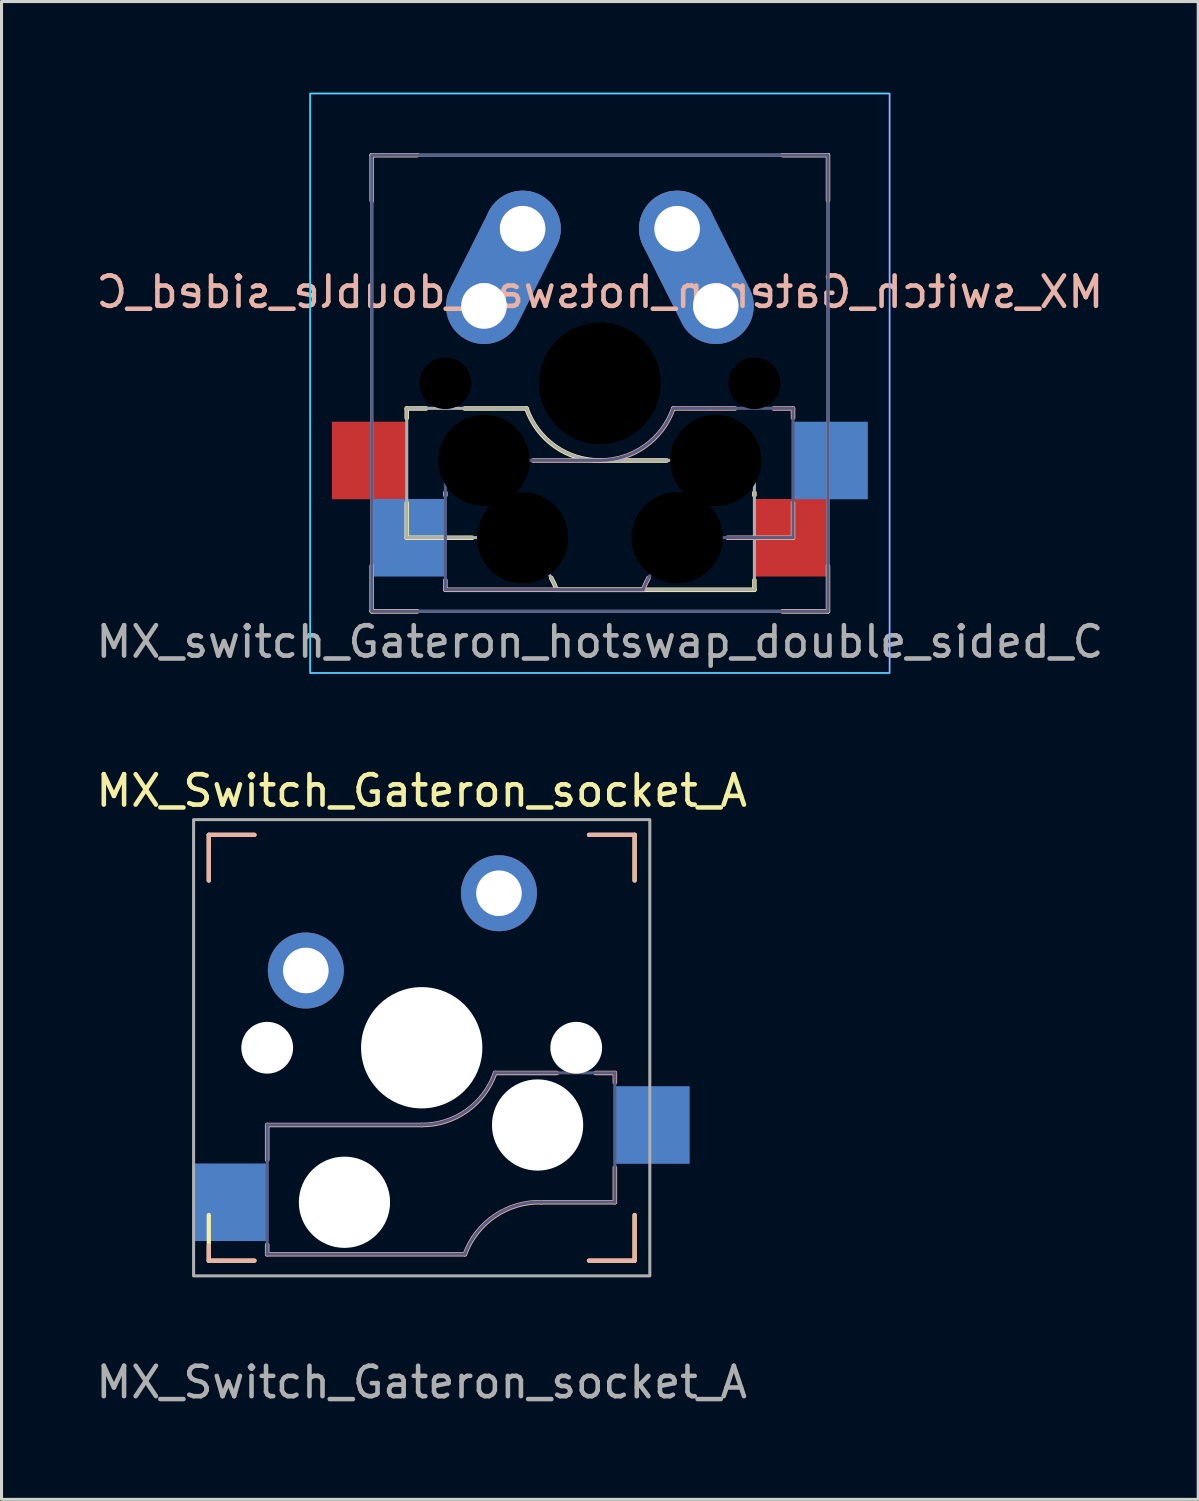
<source format=kicad_pcb>
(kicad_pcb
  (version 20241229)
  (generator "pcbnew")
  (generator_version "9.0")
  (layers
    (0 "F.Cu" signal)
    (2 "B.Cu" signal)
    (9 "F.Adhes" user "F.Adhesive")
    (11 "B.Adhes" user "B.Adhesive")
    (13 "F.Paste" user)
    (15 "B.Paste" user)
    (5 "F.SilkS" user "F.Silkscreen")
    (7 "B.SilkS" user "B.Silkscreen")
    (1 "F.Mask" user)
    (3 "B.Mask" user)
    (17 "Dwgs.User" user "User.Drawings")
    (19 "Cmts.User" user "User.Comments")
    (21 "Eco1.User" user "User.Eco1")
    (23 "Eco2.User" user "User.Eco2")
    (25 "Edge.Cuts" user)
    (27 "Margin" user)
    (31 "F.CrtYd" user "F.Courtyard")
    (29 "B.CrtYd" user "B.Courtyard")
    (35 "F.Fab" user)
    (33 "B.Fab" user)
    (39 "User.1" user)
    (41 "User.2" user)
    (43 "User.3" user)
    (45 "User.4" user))
  (footprint "MX_Switch_Gateron_socket_A"
    (layer "F.Cu")
    (at 10.815 31.398)
    (property "Reference" "MX_Switch_Gateron_socket_A" (at 0 -8.45 0) (unlocked yes) (layer "F.SilkS") (effects (font (size 1 1) (thickness 0.15))))
    (fp_line (start -7 -7) (end -7 -5.5) (stroke (width 0.14) (type solid)) (layer "F.SilkS"))
    (fp_line (start -7 -7) (end -5.5 -7) (stroke (width 0.14) (type solid)) (layer "F.SilkS"))
    (fp_line (start -7 7) (end -7 5.5) (stroke (width 0.14) (type solid)) (layer "F.SilkS"))
    (fp_line (start -7 7) (end -5.5 7) (stroke (width 0.14) (type solid)) (layer "F.SilkS"))
    (fp_line (start 7 -7) (end 5.5 -7) (stroke (width 0.14) (type solid)) (layer "F.SilkS"))
    (fp_line (start 7 -7) (end 7 -5.5) (stroke (width 0.14) (type solid)) (layer "F.SilkS"))
    (fp_line (start 7 7) (end 5.5 7) (stroke (width 0.14) (type solid)) (layer "F.SilkS"))
    (fp_line (start 7 7) (end 7 5.5) (stroke (width 0.14) (type solid)) (layer "F.SilkS"))
    (fp_line (start -7 -7) (end -7 -5.5) (stroke (width 0.14) (type solid)) (layer "B.SilkS"))
    (fp_line (start -7 -7) (end -5.5 -7) (stroke (width 0.14) (type solid)) (layer "B.SilkS"))
    (fp_line (start -7 7) (end -7 6.5) (stroke (width 0.14) (type solid)) (layer "B.SilkS"))
    (fp_line (start -7 7) (end -5.5 7) (stroke (width 0.14) (type solid)) (layer "B.SilkS"))
    (fp_line (start -5.08 2.54) (end -5.08 3.683) (stroke (width 0.15) (type solid)) (layer "B.SilkS"))
    (fp_line (start -5.08 2.54) (end 0 2.54) (stroke (width 0.15) (type solid)) (layer "B.SilkS"))
    (fp_line (start -5.08 6.477) (end -5.08 6.79) (stroke (width 0.15) (type solid)) (layer "B.SilkS"))
    (fp_line (start -5.08 6.79) (end 1.421 6.79) (stroke (width 0.15) (type solid)) (layer "B.SilkS"))
    (fp_line (start 4.445 0.83) (end 2.413 0.83) (stroke (width 0.15) (type solid)) (layer "B.SilkS"))
    (fp_line (start 6.35 0.83) (end 5.715 0.83) (stroke (width 0.15) (type solid)) (layer "B.SilkS"))
    (fp_line (start 6.35 0.83) (end 6.35 1.143) (stroke (width 0.15) (type solid)) (layer "B.SilkS"))
    (fp_line (start 6.35 3.937) (end 6.35 5.08) (stroke (width 0.15) (type solid)) (layer "B.SilkS"))
    (fp_line (start 6.35 5.08) (end 3.937 5.08) (stroke (width 0.15) (type solid)) (layer "B.SilkS"))
    (fp_line (start 7 -7) (end 5.5 -7) (stroke (width 0.14) (type solid)) (layer "B.SilkS"))
    (fp_line (start 7 -7) (end 7 -5.5) (stroke (width 0.14) (type solid)) (layer "B.SilkS"))
    (fp_line (start 7 7) (end 5.5 7) (stroke (width 0.14) (type solid)) (layer "B.SilkS"))
    (fp_line (start 7 7) (end 7 5.5) (stroke (width 0.14) (type solid)) (layer "B.SilkS"))
    (fp_arc (start 1.420812 6.79) (mid 2.403572 5.529859) (end 3.937 5.08) (stroke (width 0.15) (type solid)) (layer "B.SilkS"))
    (fp_arc (start 2.413 0.83) (mid 1.480188 2.071204) (end 0 2.54) (stroke (width 0.15) (type solid)) (layer "B.SilkS"))
    (fp_line (start -5.08 2.535) (end -5.08 6.785) (stroke (width 0.1) (type solid)) (layer "B.Fab"))
    (fp_line (start -5.08 2.535) (end 0 2.535) (stroke (width 0.1) (type solid)) (layer "B.Fab"))
    (fp_line (start -5.08 6.785) (end 1.421 6.785) (stroke (width 0.1) (type solid)) (layer "B.Fab"))
    (fp_line (start 6.35 0.825) (end 2.413 0.825) (stroke (width 0.1) (type solid)) (layer "B.Fab"))
    (fp_line (start 6.35 0.825) (end 6.35 5.075) (stroke (width 0.1) (type solid)) (layer "B.Fab"))
    (fp_line (start 6.35 5.075) (end 3.937 5.075) (stroke (width 0.1) (type solid)) (layer "B.Fab"))
    (fp_arc (start 1.420812 6.785) (mid 2.403572 5.524859) (end 3.937 5.075) (stroke (width 0.1) (type solid)) (layer "B.Fab"))
    (fp_arc (start 2.413 0.825) (mid 1.480188 2.066204) (end 0 2.535) (stroke (width 0.1) (type solid)) (layer "B.Fab"))
    (fp_rect (start -7.5 -7.5) (end 7.5 7.5) (stroke (width 0.1) (type solid)) (fill no) (layer "F.Fab"))
    (fp_text user "${REFERENCE}" (at 0 11 0) (unlocked yes) (layer "F.Fab") (effects (font (size 1 1) (thickness 0.15))))
    (pad "" np_thru_hole circle (at -5.08 0) (size 1.702 1.702) (drill 1.702) (layers "*.Cu" "*.Mask"))
    (pad "" np_thru_hole circle (at -2.54 5.08) (size 3 3) (drill 3) (layers "*.Cu" "*.Mask"))
    (pad "" np_thru_hole circle (at 0 0) (size 3.988 3.988) (drill 3.988) (layers "*.Cu" "*.Mask"))
    (pad "" np_thru_hole circle (at 3.81 2.54) (size 3 3) (drill 3) (layers "*.Cu" "*.Mask"))
    (pad "" np_thru_hole circle (at 5.08 0) (size 1.702 1.702) (drill 1.702) (layers "*.Cu" "*.Mask"))
    (pad "1" smd rect (at -6.29 5.08) (size 2.5 2.55) (layers "B.Cu" "B.Mask" "B.Paste"))
    (pad "1" thru_hole circle (at -3.81 -2.54) (size 2.499 2.499) (drill 1.499) (layers "*.Cu" "*.Mask"))
    (pad "2" thru_hole circle (at 2.54 -5.08) (size 2.499 2.499) (drill 1.499) (layers "*.Cu" "*.Mask"))
    (pad "2" smd rect (at 7.56 2.54) (size 2.5 2.55) (layers "B.Cu" "B.Mask" "B.Paste")))
  (footprint "MX_switch_Gateron_hotswap_double_sided_C"
    (layer "F.Cu")
    (at 16.673 9.55)
    (property "Reference" "MX_switch_Gateron_hotswap_double_sided_C" (at 0 -3 0) (unlocked yes) (layer "B.SilkS") (effects (font (size 1 1) (thickness 0.15)) (justify mirror)))
    (fp_line (start -7.5 -7.5) (end -7.5 -6) (stroke (width 0.14) (type solid)) (layer "F.SilkS"))
    (fp_line (start -7.5 -7.5) (end -6 -7.5) (stroke (width 0.14) (type solid)) (layer "F.SilkS"))
    (fp_line (start -7.5 7.5) (end -7.5 6) (stroke (width 0.14) (type solid)) (layer "F.SilkS"))
    (fp_line (start -7.5 7.5) (end -6 7.5) (stroke (width 0.14) (type solid)) (layer "F.SilkS"))
    (fp_line (start -6.35 0.83) (end -6.35 1.143) (stroke (width 0.15) (type solid)) (layer "F.SilkS"))
    (fp_line (start -6.35 0.83) (end -5.715 0.83) (stroke (width 0.15) (type solid)) (layer "F.SilkS"))
    (fp_line (start -6.35 3.937) (end -6.35 5.08) (stroke (width 0.15) (type solid)) (layer "F.SilkS"))
    (fp_line (start -6.35 5.08) (end -4.2 5.08) (stroke (width 0.15) (type solid)) (layer "F.SilkS"))
    (fp_line (start -4.445 0.83) (end -2.413 0.83) (stroke (width 0.15) (type solid)) (layer "F.SilkS"))
    (fp_line (start 2.2 2.54) (end 0 2.54) (stroke (width 0.15) (type solid)) (layer "F.SilkS"))
    (fp_line (start 5.08 3.6) (end 5.08 3.683) (stroke (width 0.15) (type solid)) (layer "F.SilkS"))
    (fp_line (start 5.08 6.477) (end 5.08 6.79) (stroke (width 0.15) (type solid)) (layer "F.SilkS"))
    (fp_line (start 5.08 6.79) (end -1.421 6.79) (stroke (width 0.15) (type solid)) (layer "F.SilkS"))
    (fp_line (start 7.5 -7.5) (end 6 -7.5) (stroke (width 0.14) (type solid)) (layer "F.SilkS"))
    (fp_line (start 7.5 -7.5) (end 7.5 -6) (stroke (width 0.14) (type solid)) (layer "F.SilkS"))
    (fp_line (start 7.5 7.5) (end 6 7.5) (stroke (width 0.14) (type solid)) (layer "F.SilkS"))
    (fp_line (start 7.5 7.5) (end 7.5 6) (stroke (width 0.14) (type solid)) (layer "F.SilkS"))
    (fp_arc (start -1.6 6.4) (mid -1.502613 6.591419) (end -1.420812 6.79) (stroke (width 0.15) (type solid)) (layer "F.SilkS"))
    (fp_arc (start 0 2.54) (mid -1.480188 2.071204) (end -2.413 0.83) (stroke (width 0.15) (type solid)) (layer "F.SilkS"))
    (fp_line (start -7.5 -7.5) (end -7.5 -6) (stroke (width 0.14) (type solid)) (layer "B.SilkS"))
    (fp_line (start -7.5 -7.5) (end -6 -7.5) (stroke (width 0.14) (type solid)) (layer "B.SilkS"))
    (fp_line (start -7.5 7.5) (end -7.5 6) (stroke (width 0.14) (type solid)) (layer "B.SilkS"))
    (fp_line (start -7.5 7.5) (end -6 7.5) (stroke (width 0.14) (type solid)) (layer "B.SilkS"))
    (fp_line (start -5.08 3.6) (end -5.08 3.683) (stroke (width 0.15) (type solid)) (layer "B.SilkS"))
    (fp_line (start -5.08 6.477) (end -5.08 6.79) (stroke (width 0.15) (type solid)) (layer "B.SilkS"))
    (fp_line (start -5.08 6.79) (end 1.421 6.79) (stroke (width 0.15) (type solid)) (layer "B.SilkS"))
    (fp_line (start -2.2 2.54) (end 0 2.54) (stroke (width 0.15) (type solid)) (layer "B.SilkS"))
    (fp_line (start 4.445 0.83) (end 2.413 0.83) (stroke (width 0.15) (type solid)) (layer "B.SilkS"))
    (fp_line (start 6.35 0.83) (end 5.715 0.83) (stroke (width 0.15) (type solid)) (layer "B.SilkS"))
    (fp_line (start 6.35 0.83) (end 6.35 1.143) (stroke (width 0.15) (type solid)) (layer "B.SilkS"))
    (fp_line (start 6.35 3.937) (end 6.35 5.08) (stroke (width 0.15) (type solid)) (layer "B.SilkS"))
    (fp_line (start 6.35 5.08) (end 4.2 5.08) (stroke (width 0.15) (type solid)) (layer "B.SilkS"))
    (fp_line (start 7.5 -7.5) (end 6 -7.5) (stroke (width 0.14) (type solid)) (layer "B.SilkS"))
    (fp_line (start 7.5 -7.5) (end 7.5 -6) (stroke (width 0.14) (type solid)) (layer "B.SilkS"))
    (fp_line (start 7.5 7.5) (end 6 7.5) (stroke (width 0.14) (type solid)) (layer "B.SilkS"))
    (fp_line (start 7.5 7.5) (end 7.5 6) (stroke (width 0.14) (type solid)) (layer "B.SilkS"))
    (fp_arc (start 1.420812 6.79) (mid 1.502613 6.59142) (end 1.6 6.4) (stroke (width 0.15) (type solid)) (layer "B.SilkS"))
    (fp_arc (start 2.413 0.83) (mid 1.480188 2.071204) (end 0 2.54) (stroke (width 0.15) (type solid)) (layer "B.SilkS"))
    (fp_rect (start 9.525 -9.525) (end -9.525 9.525) (stroke (width 0.05) (type solid)) (fill no) (layer "B.CrtYd"))
    (fp_rect (start -9.525 -9.525) (end 9.525 9.525) (stroke (width 0.05) (type solid)) (fill no) (layer "F.CrtYd"))
    (fp_line (start -5.08 2.535) (end -5.08 6.785) (stroke (width 0.1) (type solid)) (layer "B.Fab"))
    (fp_line (start -5.08 2.535) (end 0 2.535) (stroke (width 0.1) (type solid)) (layer "B.Fab"))
    (fp_line (start -5.08 6.785) (end 1.421 6.785) (stroke (width 0.1) (type solid)) (layer "B.Fab"))
    (fp_line (start 6.35 0.825) (end 2.413 0.825) (stroke (width 0.1) (type solid)) (layer "B.Fab"))
    (fp_line (start 6.35 0.825) (end 6.35 5.075) (stroke (width 0.1) (type solid)) (layer "B.Fab"))
    (fp_line (start 6.35 5.075) (end 3.937 5.075) (stroke (width 0.1) (type solid)) (layer "B.Fab"))
    (fp_rect (start 7.5 -7.5) (end -7.5 7.5) (stroke (width 0.1) (type solid)) (fill no) (layer "B.Fab"))
    (fp_arc (start 1.420812 6.785) (mid 2.403572 5.524859) (end 3.937 5.075) (stroke (width 0.1) (type solid)) (layer "B.Fab"))
    (fp_arc (start 2.413 0.825) (mid 1.480188 2.066204) (end 0 2.535) (stroke (width 0.1) (type solid)) (layer "B.Fab"))
    (fp_line (start -6.35 0.825) (end -6.35 5.075) (stroke (width 0.1) (type solid)) (layer "F.Fab"))
    (fp_line (start -6.35 0.825) (end -2.413 0.825) (stroke (width 0.1) (type solid)) (layer "F.Fab"))
    (fp_line (start -6.35 5.075) (end -3.937 5.075) (stroke (width 0.1) (type solid)) (layer "F.Fab"))
    (fp_line (start 5.08 2.535) (end 0 2.535) (stroke (width 0.1) (type solid)) (layer "F.Fab"))
    (fp_line (start 5.08 2.535) (end 5.08 6.785) (stroke (width 0.1) (type solid)) (layer "F.Fab"))
    (fp_line (start 5.08 6.785) (end -1.421 6.785) (stroke (width 0.1) (type solid)) (layer "F.Fab"))
    (fp_rect (start -7.5 -7.5) (end 7.5 7.5) (stroke (width 0.1) (type solid)) (fill no) (layer "F.Fab"))
    (fp_arc (start -3.937 5.075) (mid -2.403571 5.524857) (end -1.420812 6.785) (stroke (width 0.1) (type solid)) (layer "F.Fab"))
    (fp_arc (start 0 2.535) (mid -1.480188 2.066204) (end -2.413 0.825) (stroke (width 0.1) (type solid)) (layer "F.Fab"))
    (fp_text user "${REFERENCE}" (at 0 8.5 0) (unlocked yes) (layer "F.Fab") (effects (font (size 1 1) (thickness 0.15))))
    (pad "" np_thru_hole circle (at -5.08 0) (size 1.7 1.7) (drill 1.7) (layers "*.Mask"))
    (pad "" np_thru_hole circle (at -3.81 2.54) (size 3 3) (drill 3) (layers "*.Mask"))
    (pad "" np_thru_hole circle (at -2.54 5.08) (size 3 3) (drill 3) (layers "*.Mask"))
    (pad "" np_thru_hole circle (at 0 0) (size 4 4) (drill 4) (layers "*.Mask"))
    (pad "" np_thru_hole circle (at 2.54 5.08) (size 3 3) (drill 3) (layers "*.Mask"))
    (pad "" np_thru_hole circle (at 3.81 2.54) (size 3 3) (drill 3) (layers "*.Mask"))
    (pad "" np_thru_hole circle (at 5.08 0) (size 1.7 1.7) (drill 1.7) (layers "*.Mask"))
    (pad "1" smd rect (at -7.56 2.54) (size 2.5 2.55) (layers "F.Cu" "F.Mask" "F.Paste"))
    (pad "1" smd rect (at -6.29 5.08) (size 2.5 2.55) (layers "B.Cu" "B.Mask" "B.Paste"))
    (pad "1" thru_hole oval (at -3.81 -2.54 63.4) (size 5.34 2.5) (drill 1.5 (offset 1.419 0)) (layers "*.Cu" "*.Mask"))
    (pad "1" thru_hole circle (at -2.54 -5.08) (size 2.5 2.5) (drill 1.5) (layers "*.Cu" "*.Mask"))
    (pad "2" thru_hole circle (at 2.54 -5.08) (size 2.5 2.5) (drill 1.5) (layers "*.Cu" "*.Mask"))
    (pad "2" thru_hole oval (at 3.81 -2.54 296.6) (size 5.34 2.5) (drill 1.5 (offset -1.419 0)) (layers "*.Cu" "*.Mask"))
    (pad "2" smd rect (at 6.29 5.08) (size 2.5 2.55) (layers "F.Cu" "F.Mask" "F.Paste"))
    (pad "2" smd rect (at 7.56 2.54) (size 2.5 2.55) (layers "B.Cu" "B.Mask" "B.Paste")))
  (gr_rect
    (start -3 -3)
    (end 36.345 46.246)
    (stroke (width 0.1) (type default))
    (fill no)
    (layer "Edge.Cuts")))
</source>
